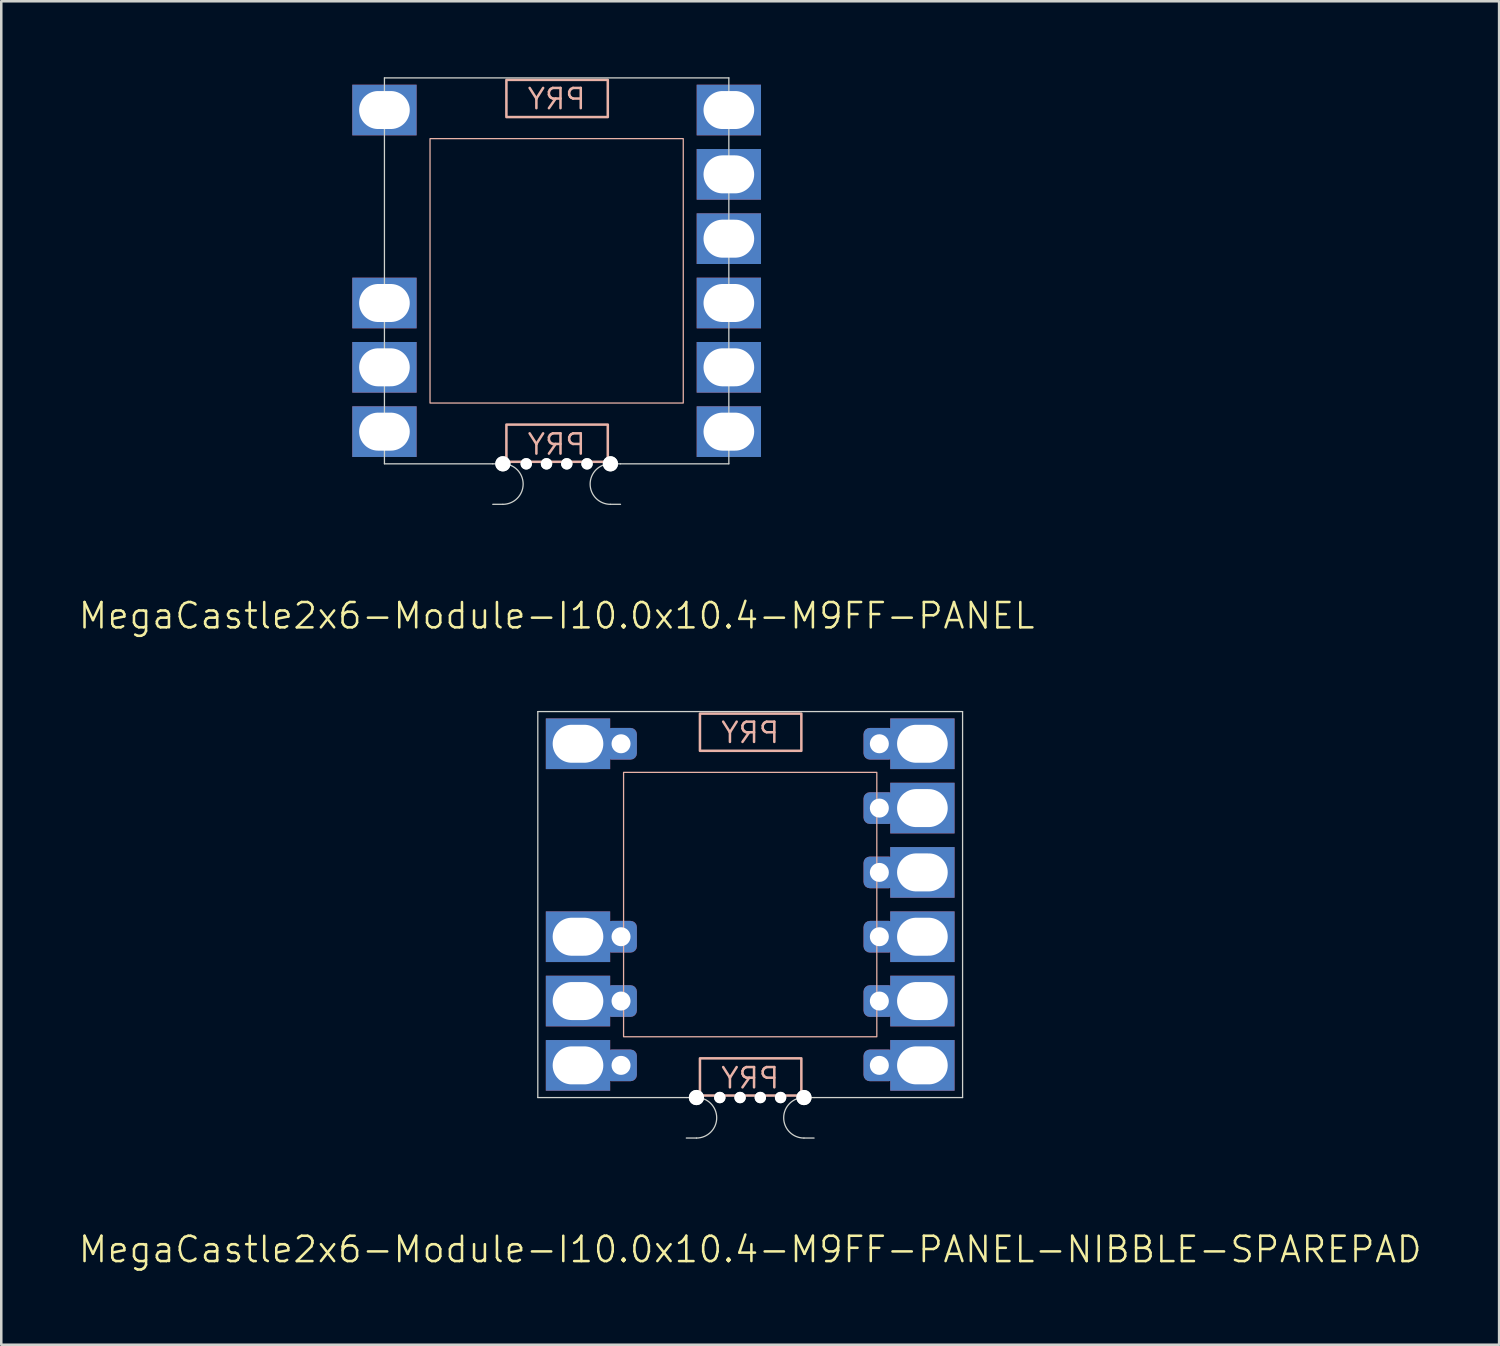
<source format=kicad_pcb>
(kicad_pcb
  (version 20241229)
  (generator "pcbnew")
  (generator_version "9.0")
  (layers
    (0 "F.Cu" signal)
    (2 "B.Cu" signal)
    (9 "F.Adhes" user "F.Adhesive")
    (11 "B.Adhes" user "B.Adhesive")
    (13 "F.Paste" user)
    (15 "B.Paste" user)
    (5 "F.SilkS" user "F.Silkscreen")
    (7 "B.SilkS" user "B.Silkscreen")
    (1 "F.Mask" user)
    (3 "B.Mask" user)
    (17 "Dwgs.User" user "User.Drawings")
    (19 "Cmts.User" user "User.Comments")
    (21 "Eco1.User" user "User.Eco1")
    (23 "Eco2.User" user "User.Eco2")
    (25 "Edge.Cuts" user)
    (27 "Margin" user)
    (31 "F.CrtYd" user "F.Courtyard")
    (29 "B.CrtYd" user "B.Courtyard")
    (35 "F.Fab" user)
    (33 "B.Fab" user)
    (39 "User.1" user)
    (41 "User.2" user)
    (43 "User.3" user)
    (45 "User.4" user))
  (footprint "MegaCastle2x6-Module-I10.0x10.4-M9FF-PANEL"
    (layer "F.Cu")
    (at 18.931 7.645)
    (property "Reference" "MegaCastle2x6-Module-I10.0x10.4-M9FF-PANEL" (at 0 13.62 0) (unlocked yes) (layer "F.SilkS") (effects (font (size 1 1) (thickness 0.1))))
    (attr smd)
    (fp_rect (start -5 5.22) (end 5 -5.22) (stroke (width 0.05) (type default)) (fill no) (layer "B.SilkS"))
    (fp_rect (start -1.984 -6.071) (end 2.02 -7.54) (stroke (width 0.1) (type default)) (fill no) (layer "B.SilkS"))
    (fp_rect (start -1.984 6.071) (end 2.02 7.54) (stroke (width 0.1) (type default)) (fill no) (layer "B.SilkS"))
    (fp_line (start -6.8 -7.62) (end -6.8 7.62) (stroke (width 0.05) (type default)) (layer "Edge.Cuts"))
    (fp_line (start -6.8 -7.62) (end 6.8 -7.62) (stroke (width 0.05) (type default)) (layer "Edge.Cuts"))
    (fp_line (start -6.8 7.62) (end -2.522 7.62) (stroke (width 0.05) (type default)) (layer "Edge.Cuts"))
    (fp_line (start -2.522 7.62) (end -2.123 7.62) (stroke (width 0.05) (type default)) (layer "Edge.Cuts"))
    (fp_line (start -2.522 9.22) (end -2.123 9.22) (stroke (width 0.05) (type default)) (layer "Edge.Cuts"))
    (fp_line (start 2.522 7.62) (end 2.123 7.62) (stroke (width 0.05) (type default)) (layer "Edge.Cuts"))
    (fp_line (start 2.522 7.62) (end 6.8 7.62) (stroke (width 0.05) (type default)) (layer "Edge.Cuts"))
    (fp_line (start 2.522 9.22) (end 2.123 9.22) (stroke (width 0.05) (type default)) (layer "Edge.Cuts"))
    (fp_line (start 6.8 -7.62) (end 6.8 7.62) (stroke (width 0.05) (type default)) (layer "Edge.Cuts"))
    (fp_arc (start -2.1225 7.62) (mid -1.3225 8.42) (end -2.1225 9.22) (stroke (width 0.05) (type default)) (layer "Edge.Cuts"))
    (fp_arc (start 2.1225 9.22) (mid 1.3225 8.42) (end 2.1225 7.62) (stroke (width 0.05) (type default)) (layer "Edge.Cuts"))
    (fp_text user "PRY" (at 0 -6.32 0) (unlocked yes) (layer "B.SilkS") (effects (font (size 0.8 0.8) (thickness 0.1)) (justify bottom mirror)))
    (fp_text user "PRY" (at 0 7.32 0) (unlocked yes) (layer "B.SilkS") (effects (font (size 0.8 0.8) (thickness 0.1)) (justify bottom mirror)))
    (pad "" np_thru_hole circle (at -2.123 7.62) (size 0.6 0.6) (drill 0.6) (layers "*.Cu" "Edge.Cuts"))
    (pad "" np_thru_hole circle (at -1.2 7.62) (size 0.45 0.45) (drill 0.45) (layers "*.Cu" "Edge.Cuts"))
    (pad "" np_thru_hole circle (at -0.4 7.62) (size 0.45 0.45) (drill 0.45) (layers "*.Cu" "Edge.Cuts"))
    (pad "" np_thru_hole circle (at 0.4 7.62) (size 0.45 0.45) (drill 0.45) (layers "*.Cu" "Edge.Cuts"))
    (pad "" np_thru_hole circle (at 1.2 7.62) (size 0.45 0.45) (drill 0.45) (layers "*.Cu" "Edge.Cuts"))
    (pad "" np_thru_hole circle (at 2.123 7.62) (size 0.6 0.6) (drill 0.6) (layers "*.Cu" "Edge.Cuts"))
    (pad "1" thru_hole rect (at -6.8 -6.35) (size 2.54 2) (drill oval 2 1.5) (property pad_prop_castellated) (layers "*.Cu" "*.Mask"))
    (pad "4" thru_hole rect (at -6.8 1.27) (size 2.54 2) (drill oval 2 1.5) (property pad_prop_castellated) (layers "*.Cu" "*.Mask"))
    (pad "5" thru_hole rect (at -6.8 3.81) (size 2.54 2) (drill oval 2 1.5) (property pad_prop_castellated) (layers "*.Cu" "*.Mask"))
    (pad "6" thru_hole rect (at -6.8 6.35) (size 2.54 2) (drill oval 2 1.5) (property pad_prop_castellated) (layers "*.Cu" "*.Mask"))
    (pad "7" thru_hole rect (at 6.8 -6.35) (size 2.54 2) (drill oval 2 1.5) (property pad_prop_castellated) (layers "*.Cu" "*.Mask"))
    (pad "8" thru_hole rect (at 6.8 -3.81) (size 2.54 2) (drill oval 2 1.5) (property pad_prop_castellated) (layers "*.Cu" "*.Mask"))
    (pad "9" thru_hole rect (at 6.8 -1.27) (size 2.54 2) (drill oval 2 1.5) (property pad_prop_castellated) (layers "*.Cu" "*.Mask"))
    (pad "10" thru_hole rect (at 6.8 1.27) (size 2.54 2) (drill oval 2 1.5) (property pad_prop_castellated) (layers "*.Cu" "*.Mask"))
    (pad "11" thru_hole rect (at 6.8 3.81) (size 2.54 2) (drill oval 2 1.5) (property pad_prop_castellated) (layers "*.Cu" "*.Mask"))
    (pad "12" thru_hole rect (at 6.8 6.35) (size 2.54 2) (drill oval 2 1.5) (property pad_prop_castellated) (layers "*.Cu" "*.Mask"))
    (zone (net_name "") (layer "B.Cu") (hatch edge 0.5) (connect_pads) (min_thickness 0.25) (filled_areas_thickness no) (keepout (tracks allowed) (vias allowed) (pads allowed) (copperpour allowed) (footprints not_allowed)) (placement (enabled no)) (fill) (polygon (pts (xy 12.131 15.265) (xy 12.131 0.025) (xy 13.931 0.025) (xy 13.931 15.265))))
    (zone (net_name "") (layer "B.Cu") (hatch edge 0.5) (connect_pads) (min_thickness 0.25) (filled_areas_thickness no) (keepout (tracks allowed) (vias allowed) (pads allowed) (copperpour allowed) (footprints not_allowed)) (placement (enabled no)) (fill) (polygon (pts (xy 13.931 0.025) (xy 13.931 2.425) (xy 23.931 2.425) (xy 23.931 0.025))))
    (zone (net_name "") (layer "B.Cu") (hatch edge 0.5) (connect_pads) (min_thickness 0.25) (filled_areas_thickness no) (keepout (tracks allowed) (vias allowed) (pads allowed) (copperpour allowed) (footprints not_allowed)) (placement (enabled no)) (fill) (polygon (pts (xy 13.931 15.265) (xy 13.931 12.865) (xy 23.931 12.865) (xy 23.931 15.265))))
    (zone (net_name "") (layer "B.Cu") (name "Upper Pry Zone") (hatch edge 0.5) (connect_pads) (min_thickness 0.25) (filled_areas_thickness no) (keepout (tracks not_allowed) (vias not_allowed) (pads not_allowed) (copperpour allowed) (footprints not_allowed)) (placement (enabled no)) (fill) (polygon (pts (xy 16.947 1.574) (xy 16.947 0.105) (xy 20.95 0.105) (xy 20.95 1.574))))
    (zone (net_name "") (layer "B.Cu") (name "Upper Pry Zone") (hatch edge 0.5) (connect_pads) (min_thickness 0.25) (filled_areas_thickness no) (keepout (tracks not_allowed) (vias not_allowed) (pads not_allowed) (copperpour allowed) (footprints not_allowed)) (placement (enabled no)) (fill) (polygon (pts (xy 16.947 13.716) (xy 16.947 15.185) (xy 20.95 15.185) (xy 20.95 13.716))))
    (zone (net_name "") (layer "B.Cu") (hatch edge 0.5) (connect_pads) (min_thickness 0.25) (filled_areas_thickness no) (keepout (tracks allowed) (vias allowed) (pads allowed) (copperpour allowed) (footprints not_allowed)) (placement (enabled no)) (fill) (polygon (pts (xy 25.731 15.265) (xy 25.731 0.025) (xy 23.931 0.025) (xy 23.931 15.265)))))
  (footprint "MegaCastle2x6-Module-I10.0x10.4-M9FF-PANEL-NIBBLE-SPAREPAD"
    (layer "F.Cu")
    (at 26.574 32.67)
    (property "Reference" "MegaCastle2x6-Module-I10.0x10.4-M9FF-PANEL-NIBBLE-SPAREPAD" (at 0 13.62 0) (unlocked yes) (layer "F.SilkS") (effects (font (size 1 1) (thickness 0.1))))
    (attr smd)
    (fp_rect (start -5 5.22) (end 5 -5.22) (stroke (width 0.05) (type default)) (fill no) (layer "B.SilkS"))
    (fp_rect (start -1.984 -6.071) (end 2.02 -7.54) (stroke (width 0.1) (type default)) (fill no) (layer "B.SilkS"))
    (fp_rect (start -1.984 6.071) (end 2.02 7.54) (stroke (width 0.1) (type default)) (fill no) (layer "B.SilkS"))
    (fp_line (start -8.387 -7.62) (end -8.387 7.62) (stroke (width 0.05) (type default)) (layer "Edge.Cuts"))
    (fp_line (start -8.387 -7.62) (end 8.387 -7.62) (stroke (width 0.05) (type default)) (layer "Edge.Cuts"))
    (fp_line (start -8.387 7.62) (end -2.522 7.62) (stroke (width 0.05) (type default)) (layer "Edge.Cuts"))
    (fp_line (start -2.522 7.62) (end -2.123 7.62) (stroke (width 0.05) (type default)) (layer "Edge.Cuts"))
    (fp_line (start -2.522 9.22) (end -2.123 9.22) (stroke (width 0.05) (type default)) (layer "Edge.Cuts"))
    (fp_line (start 2.522 7.62) (end 2.123 7.62) (stroke (width 0.05) (type default)) (layer "Edge.Cuts"))
    (fp_line (start 2.522 7.62) (end 8.387 7.62) (stroke (width 0.05) (type default)) (layer "Edge.Cuts"))
    (fp_line (start 2.522 9.22) (end 2.123 9.22) (stroke (width 0.05) (type default)) (layer "Edge.Cuts"))
    (fp_line (start 8.387 -7.62) (end 8.387 7.62) (stroke (width 0.05) (type default)) (layer "Edge.Cuts"))
    (fp_arc (start -2.1225 7.62) (mid -1.3225 8.42) (end -2.1225 9.22) (stroke (width 0.05) (type default)) (layer "Edge.Cuts"))
    (fp_arc (start 2.1225 9.22) (mid 1.3225 8.42) (end 2.1225 7.62) (stroke (width 0.05) (type default)) (layer "Edge.Cuts"))
    (fp_text user "PRY" (at 0 7.32 0) (unlocked yes) (layer "B.SilkS") (effects (font (size 0.8 0.8) (thickness 0.1)) (justify bottom mirror)))
    (fp_text user "PRY" (at 0 -6.32 0) (unlocked yes) (layer "B.SilkS") (effects (font (size 0.8 0.8) (thickness 0.1)) (justify bottom mirror)))
    (pad "" np_thru_hole circle (at -2.123 7.62) (size 0.6 0.6) (drill 0.6) (layers "*.Cu" "Edge.Cuts"))
    (pad "" np_thru_hole circle (at -1.2 7.62) (size 0.45 0.45) (drill 0.45) (layers "*.Cu" "Edge.Cuts"))
    (pad "" np_thru_hole circle (at -0.4 7.62) (size 0.45 0.45) (drill 0.45) (layers "*.Cu" "Edge.Cuts"))
    (pad "" np_thru_hole circle (at 0.4 7.62) (size 0.45 0.45) (drill 0.45) (layers "*.Cu" "Edge.Cuts"))
    (pad "" np_thru_hole circle (at 1.2 7.62) (size 0.45 0.45) (drill 0.45) (layers "*.Cu" "Edge.Cuts"))
    (pad "" np_thru_hole circle (at 2.123 7.62) (size 0.6 0.6) (drill 0.6) (layers "*.Cu" "Edge.Cuts"))
    (pad "1" thru_hole rect (at -6.8 -6.35) (size 2.54 2) (drill oval 2 1.5) (property pad_prop_castellated) (layers "*.Cu" "*.Mask"))
    (pad "1" thru_hole roundrect (at -5.1 -6.35 180) (size 1.25 1.25) (drill 0.75) (layers "*.Cu" "*.Mask") (roundrect_rratio 0.2))
    (pad "4" thru_hole rect (at -6.8 1.27) (size 2.54 2) (drill oval 2 1.5) (property pad_prop_castellated) (layers "*.Cu" "*.Mask"))
    (pad "4" thru_hole roundrect (at -5.1 1.27 180) (size 1.25 1.25) (drill 0.75) (layers "*.Cu" "*.Mask") (roundrect_rratio 0.2))
    (pad "5" thru_hole rect (at -6.8 3.81) (size 2.54 2) (drill oval 2 1.5) (property pad_prop_castellated) (layers "*.Cu" "*.Mask"))
    (pad "5" thru_hole roundrect (at -5.1 3.81 180) (size 1.25 1.25) (drill 0.75) (layers "*.Cu" "*.Mask") (roundrect_rratio 0.2))
    (pad "6" thru_hole rect (at -6.8 6.35) (size 2.54 2) (drill oval 2 1.5) (property pad_prop_castellated) (layers "*.Cu" "*.Mask"))
    (pad "6" thru_hole roundrect (at -5.1 6.35 180) (size 1.25 1.25) (drill 0.75) (layers "*.Cu" "*.Mask") (roundrect_rratio 0.2))
    (pad "7" thru_hole roundrect (at 5.1 -6.35 180) (size 1.25 1.25) (drill 0.75) (layers "*.Cu" "*.Mask") (roundrect_rratio 0.2))
    (pad "7" thru_hole rect (at 6.8 -6.35) (size 2.54 2) (drill oval 2 1.5) (property pad_prop_castellated) (layers "*.Cu" "*.Mask"))
    (pad "8" thru_hole roundrect (at 5.1 -3.81 180) (size 1.25 1.25) (drill 0.75) (layers "*.Cu" "*.Mask") (roundrect_rratio 0.2))
    (pad "8" thru_hole rect (at 6.8 -3.81) (size 2.54 2) (drill oval 2 1.5) (property pad_prop_castellated) (layers "*.Cu" "*.Mask"))
    (pad "9" thru_hole roundrect (at 5.1 -1.27 180) (size 1.25 1.25) (drill 0.75) (layers "*.Cu" "*.Mask") (roundrect_rratio 0.2))
    (pad "9" thru_hole rect (at 6.8 -1.27) (size 2.54 2) (drill oval 2 1.5) (property pad_prop_castellated) (layers "*.Cu" "*.Mask"))
    (pad "10" thru_hole roundrect (at 5.1 1.27 180) (size 1.25 1.25) (drill 0.75) (layers "*.Cu" "*.Mask") (roundrect_rratio 0.2))
    (pad "10" thru_hole rect (at 6.8 1.27) (size 2.54 2) (drill oval 2 1.5) (property pad_prop_castellated) (layers "*.Cu" "*.Mask"))
    (pad "11" thru_hole roundrect (at 5.1 3.81 180) (size 1.25 1.25) (drill 0.75) (layers "*.Cu" "*.Mask") (roundrect_rratio 0.2))
    (pad "11" thru_hole rect (at 6.8 3.81) (size 2.54 2) (drill oval 2 1.5) (property pad_prop_castellated) (layers "*.Cu" "*.Mask"))
    (pad "12" thru_hole roundrect (at 5.1 6.35 180) (size 1.25 1.25) (drill 0.75) (layers "*.Cu" "*.Mask") (roundrect_rratio 0.2))
    (pad "12" thru_hole rect (at 6.8 6.35) (size 2.54 2) (drill oval 2 1.5) (property pad_prop_castellated) (layers "*.Cu" "*.Mask"))
    (zone (net_name "") (layer "B.Cu") (hatch edge 0.5) (connect_pads) (min_thickness 0.25) (filled_areas_thickness no) (keepout (tracks allowed) (vias allowed) (pads allowed) (copperpour allowed) (footprints not_allowed)) (placement (enabled no)) (fill) (polygon (pts (xy 19.774 40.291) (xy 19.774 25.05) (xy 21.574 25.05) (xy 21.574 40.291))))
    (zone (net_name "") (layer "B.Cu") (hatch edge 0.5) (connect_pads) (min_thickness 0.25) (filled_areas_thickness no) (keepout (tracks allowed) (vias allowed) (pads allowed) (copperpour allowed) (footprints not_allowed)) (placement (enabled no)) (fill) (polygon (pts (xy 21.574 25.05) (xy 21.574 27.451) (xy 31.574 27.451) (xy 31.574 25.05))))
    (zone (net_name "") (layer "B.Cu") (hatch edge 0.5) (connect_pads) (min_thickness 0.25) (filled_areas_thickness no) (keepout (tracks allowed) (vias allowed) (pads allowed) (copperpour allowed) (footprints not_allowed)) (placement (enabled no)) (fill) (polygon (pts (xy 21.574 40.291) (xy 21.574 37.891) (xy 31.574 37.891) (xy 31.574 40.291))))
    (zone (net_name "") (layer "B.Cu") (name "Upper Pry Zone") (hatch edge 0.5) (connect_pads) (min_thickness 0.25) (filled_areas_thickness no) (keepout (tracks not_allowed) (vias not_allowed) (pads not_allowed) (copperpour allowed) (footprints not_allowed)) (placement (enabled no)) (fill) (polygon (pts (xy 24.59 26.599) (xy 24.59 25.131) (xy 28.593 25.131) (xy 28.593 26.599))))
    (zone (net_name "") (layer "B.Cu") (name "Upper Pry Zone") (hatch edge 0.5) (connect_pads) (min_thickness 0.25) (filled_areas_thickness no) (keepout (tracks not_allowed) (vias not_allowed) (pads not_allowed) (copperpour allowed) (footprints not_allowed)) (placement (enabled no)) (fill) (polygon (pts (xy 24.59 38.742) (xy 24.59 40.211) (xy 28.593 40.211) (xy 28.593 38.742))))
    (zone (net_name "") (layer "B.Cu") (hatch edge 0.5) (connect_pads) (min_thickness 0.25) (filled_areas_thickness no) (keepout (tracks allowed) (vias allowed) (pads allowed) (copperpour allowed) (footprints not_allowed)) (placement (enabled no)) (fill) (polygon (pts (xy 33.374 40.291) (xy 33.374 25.05) (xy 31.574 25.05) (xy 31.574 40.291)))))
  (gr_rect
    (start -3 -3)
    (end 56.148 50.051)
    (stroke (width 0.1) (type default))
    (fill no)
    (layer "Edge.Cuts")))
</source>
